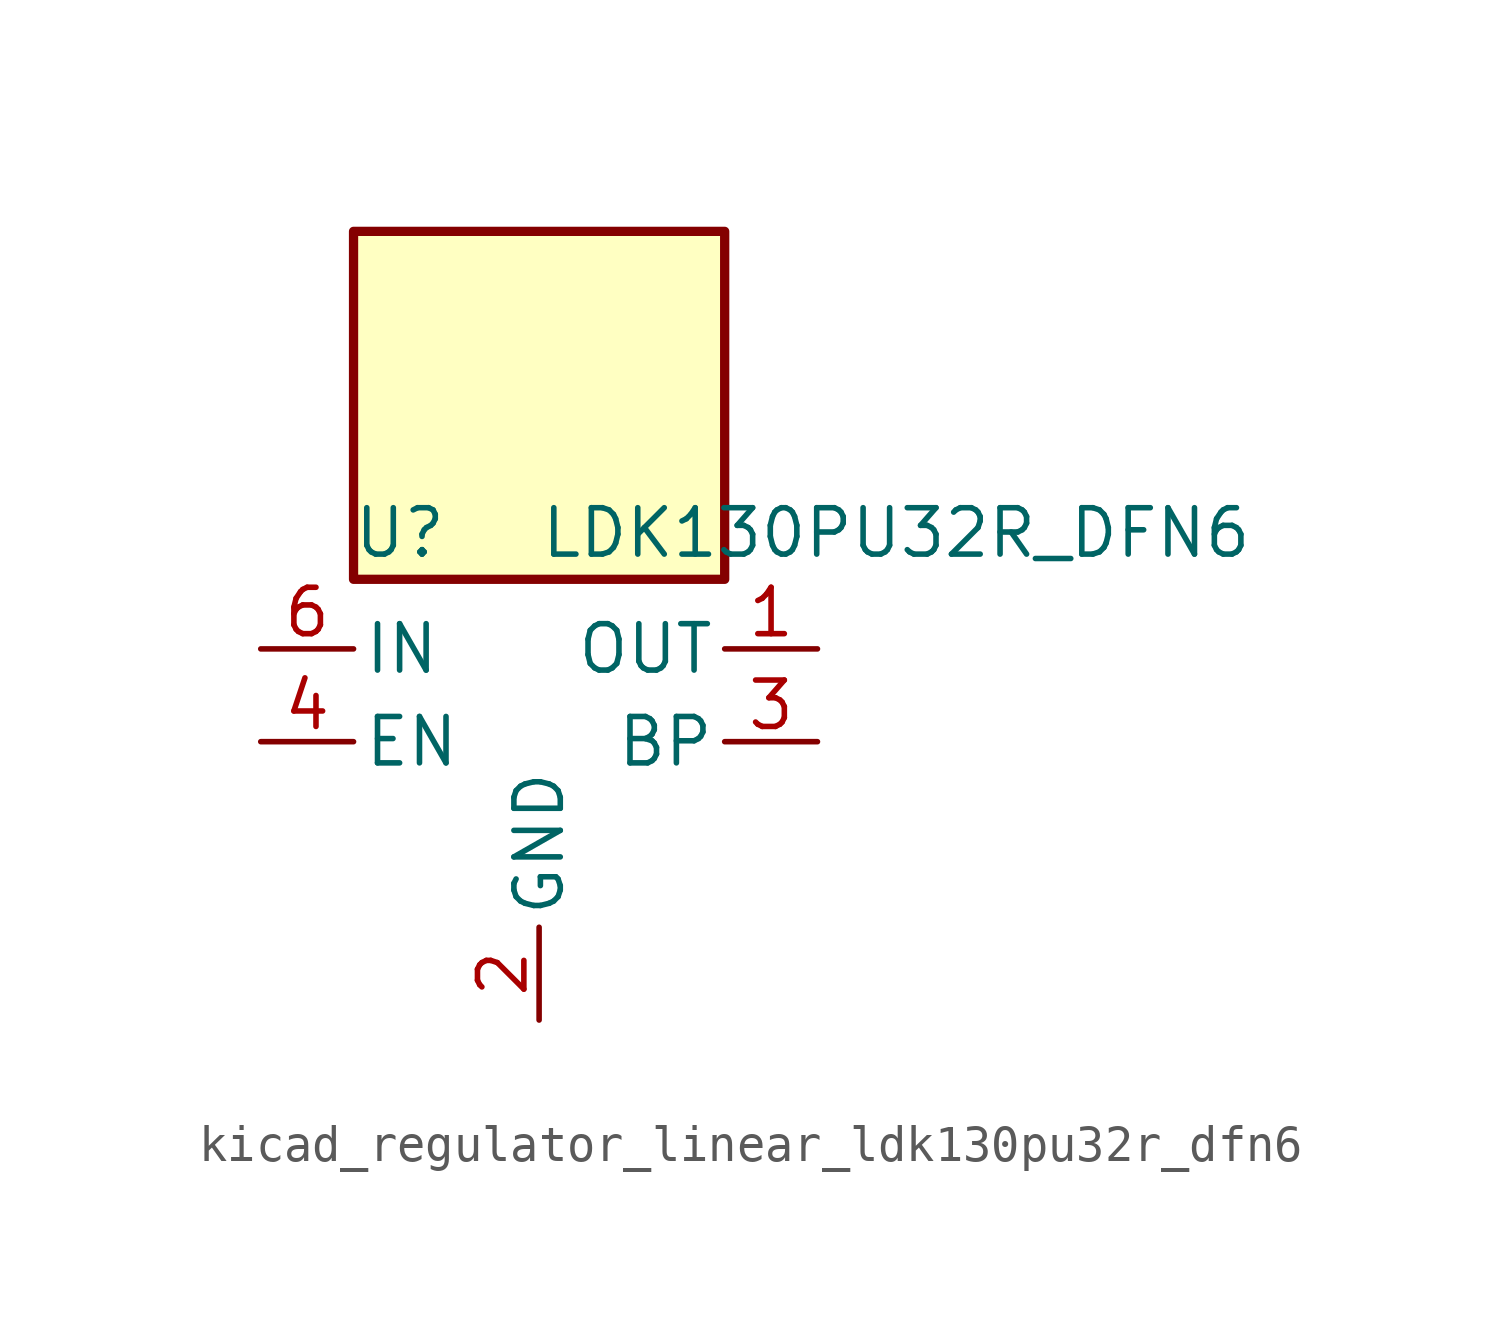
<source format=kicad_sym>
(kicad_symbol_lib
  (version 20220914)
  (generator kicad_symbol_editor)
  (symbol "kicad_regulator_linear_ldk130pu32r_dfn6"
    (pin_names
      (offset 0.254))
    (property "Reference" "U"
      (at -3.81 5.715 0)
      (effects (font (size 1.27 1.27))))
    (property "Value" "LDK130PU32R_DFN6"
      (at 0 5.715 0)
      (effects (font (size 1.27 1.27)) (justify left)))
    (symbol "kicad_regulator_linear_ldk130pu32r_dfn6_0_1"
      (rectangle (start 5.08 13.97) (end -5.08 4.445) (stroke (width 0.254) (type default)) (fill (type background))))
    (symbol "kicad_regulator_linear_ldk130pu32r_dfn6_1_1"
      (pin power_out line (at 7.62 2.54 180) (length 2.54) (name "OUT" (effects (font (size 1.27 1.27)))) (number "1" (effects (font (size 1.27 1.27)))))
      (pin power_in line (at 0 -7.62 90) (length 2.54) (name "GND" (effects (font (size 1.27 1.27)))) (number "2" (effects (font (size 1.27 1.27)))))
      (pin passive line (at 7.62 0 180) (length 2.54) (name "BP" (effects (font (size 1.27 1.27)))) (number "3" (effects (font (size 1.27 1.27)))))
      (pin input line (at -7.62 0 0) (length 2.54) (name "EN" (effects (font (size 1.27 1.27)))) (number "4" (effects (font (size 1.27 1.27)))))
      (pin no_connect line (at -5.08 -2.54 0) (length 2.54) hide (name "NC" (effects (font (size 1.27 1.27)))) (number "5" (effects (font (size 1.27 1.27)))))
      (pin power_in line (at -7.62 2.54 0) (length 2.54) (name "IN" (effects (font (size 1.27 1.27)))) (number "6" (effects (font (size 1.27 1.27))))))))
</source>
